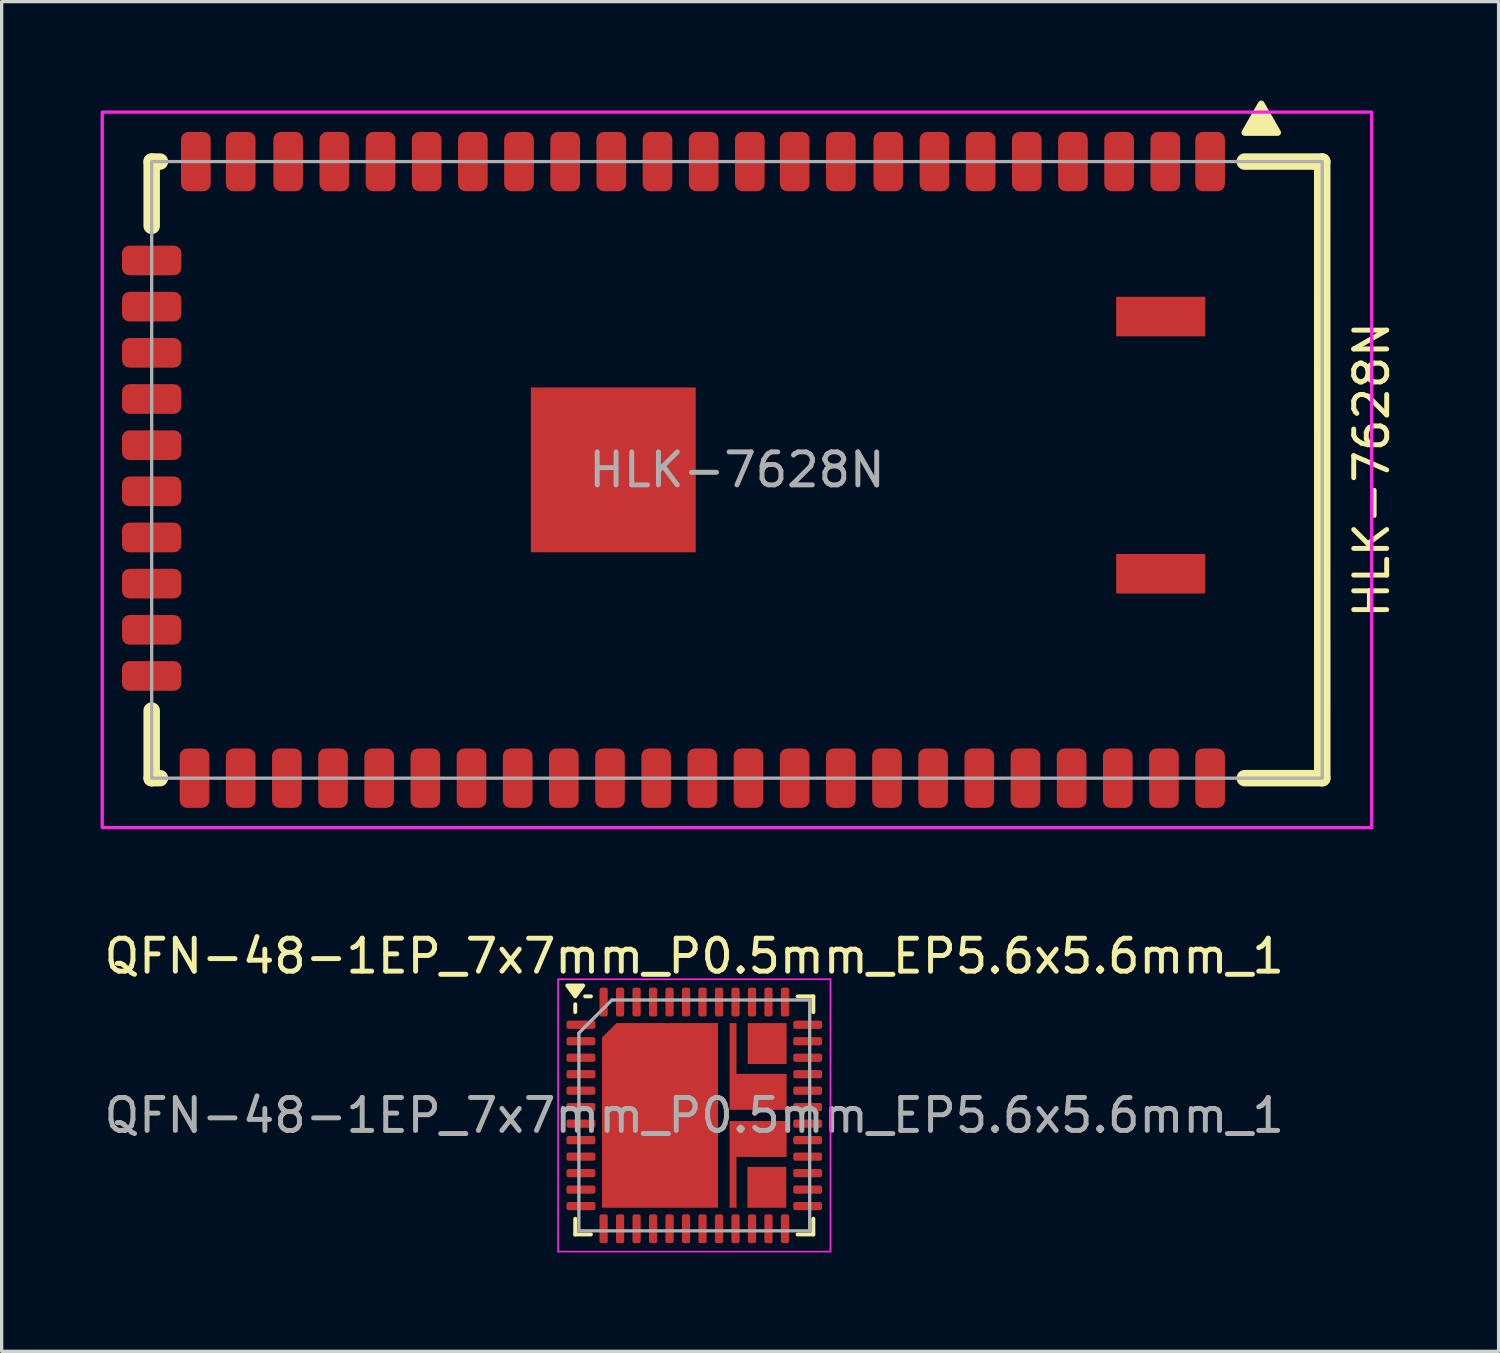
<source format=kicad_pcb>
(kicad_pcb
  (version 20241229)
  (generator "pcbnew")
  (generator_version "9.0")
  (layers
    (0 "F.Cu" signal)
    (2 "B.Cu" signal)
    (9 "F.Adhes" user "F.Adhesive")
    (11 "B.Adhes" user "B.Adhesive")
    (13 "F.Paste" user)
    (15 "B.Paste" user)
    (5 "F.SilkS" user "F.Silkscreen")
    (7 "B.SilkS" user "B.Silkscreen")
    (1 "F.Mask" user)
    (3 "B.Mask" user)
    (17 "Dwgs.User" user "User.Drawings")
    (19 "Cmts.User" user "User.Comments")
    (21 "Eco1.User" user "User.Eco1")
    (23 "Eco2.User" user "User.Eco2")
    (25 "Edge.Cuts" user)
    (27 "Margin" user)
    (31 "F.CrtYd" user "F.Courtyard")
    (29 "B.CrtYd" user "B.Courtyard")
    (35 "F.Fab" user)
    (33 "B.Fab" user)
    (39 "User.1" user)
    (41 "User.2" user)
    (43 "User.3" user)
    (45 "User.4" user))
  (footprint "HLK-7628N"
    (layer "F.Cu")
    (at 19.3 11.2)
    (property "Reference" "HLK-7628N" (at 19.25 0 90) (unlocked yes) (layer "F.SilkS") (effects (font (size 1 1) (thickness 0.15))))
    (attr smd)
    (fp_line (start -17.75 -9.35) (end -17.75 -7.4) (stroke (width 0.5) (type default)) (layer "F.SilkS"))
    (fp_line (start -17.75 -9.35) (end -17.5 -9.35) (stroke (width 0.5) (type default)) (layer "F.SilkS"))
    (fp_line (start -17.75 7.3) (end -17.75 9.35) (stroke (width 0.5) (type default)) (layer "F.SilkS"))
    (fp_line (start -17.75 9.35) (end -17.5 9.35) (stroke (width 0.5) (type default)) (layer "F.SilkS"))
    (fp_line (start 17.75 -9.35) (end 15.4 -9.35) (stroke (width 0.5) (type default)) (layer "F.SilkS"))
    (fp_line (start 17.75 -9.35) (end 17.751 9.351) (stroke (width 0.5) (type default)) (layer "F.SilkS"))
    (fp_line (start 17.75 9.35) (end 15.4 9.35) (stroke (width 0.5) (type default)) (layer "F.SilkS"))
    (fp_poly (pts (xy 15.4 -10.23) (xy 15.9 -11.1) (xy 16.4 -10.23)) (stroke (width 0.2) (type solid)) (fill yes) (layer "F.SilkS"))
    (fp_rect (start -19.25 -10.85) (end 19.25 10.85) (stroke (width 0.1) (type default)) (fill no) (layer "F.CrtYd"))
    (fp_rect (start -17.75 -9.35) (end 17.75 9.35) (stroke (width 0.1) (type default)) (fill no) (layer "F.Fab"))
    (fp_text user "${REFERENCE}" (at 0 0 0) (unlocked yes) (layer "F.Fab") (effects (font (size 1 1) (thickness 0.15))))
    (pad "" smd rect (at -3.75 0) (size 5 5) (layers "F.Cu" "F.Mask" "F.Paste"))
    (pad "" smd rect (at 12.85 -4.65) (size 2.7 1.2) (layers "F.Cu" "F.Mask" "F.Paste"))
    (pad "" smd rect (at 12.85 3.15) (size 2.7 1.2) (layers "F.Cu" "F.Mask" "F.Paste"))
    (pad "1" smd roundrect (at 14.35 -9.35) (size 0.9 1.8) (layers "F.Cu" "F.Mask" "F.Paste") (roundrect_rratio 0.25))
    (pad "2" smd roundrect (at 12.99 -9.35) (size 0.9 1.8) (layers "F.Cu" "F.Mask" "F.Paste") (roundrect_rratio 0.25))
    (pad "3" smd roundrect (at 11.59 -9.35) (size 0.9 1.8) (layers "F.Cu" "F.Mask" "F.Paste") (roundrect_rratio 0.25))
    (pad "4" smd roundrect (at 10.19 -9.35) (size 0.9 1.8) (layers "F.Cu" "F.Mask" "F.Paste") (roundrect_rratio 0.25))
    (pad "5" smd roundrect (at 8.79 -9.35) (size 0.9 1.8) (layers "F.Cu" "F.Mask" "F.Paste") (roundrect_rratio 0.25))
    (pad "6" smd roundrect (at 7.39 -9.35) (size 0.9 1.8) (layers "F.Cu" "F.Mask" "F.Paste") (roundrect_rratio 0.25))
    (pad "7" smd roundrect (at 5.99 -9.35) (size 0.9 1.8) (layers "F.Cu" "F.Mask" "F.Paste") (roundrect_rratio 0.25))
    (pad "8" smd roundrect (at 4.59 -9.35) (size 0.9 1.8) (layers "F.Cu" "F.Mask" "F.Paste") (roundrect_rratio 0.25))
    (pad "9" smd roundrect (at 3.15 -9.35) (size 0.9 1.8) (layers "F.Cu" "F.Mask" "F.Paste") (roundrect_rratio 0.25))
    (pad "10" smd roundrect (at 1.75 -9.35) (size 0.9 1.8) (layers "F.Cu" "F.Mask" "F.Paste") (roundrect_rratio 0.25))
    (pad "11" smd roundrect (at 0.39 -9.35) (size 0.9 1.8) (layers "F.Cu" "F.Mask" "F.Paste") (roundrect_rratio 0.25))
    (pad "12" smd roundrect (at -1.01 -9.35) (size 0.9 1.8) (layers "F.Cu" "F.Mask" "F.Paste") (roundrect_rratio 0.25))
    (pad "13" smd roundrect (at -2.41 -9.35) (size 0.9 1.8) (layers "F.Cu" "F.Mask" "F.Paste") (roundrect_rratio 0.25))
    (pad "14" smd roundrect (at -3.81 -9.35) (size 0.9 1.8) (layers "F.Cu" "F.Mask" "F.Paste") (roundrect_rratio 0.25))
    (pad "15" smd roundrect (at -5.21 -9.35) (size 0.9 1.8) (layers "F.Cu" "F.Mask" "F.Paste") (roundrect_rratio 0.25))
    (pad "16" smd roundrect (at -6.61 -9.35) (size 0.9 1.8) (layers "F.Cu" "F.Mask" "F.Paste") (roundrect_rratio 0.25))
    (pad "17" smd roundrect (at -8.01 -9.35) (size 0.9 1.8) (layers "F.Cu" "F.Mask" "F.Paste") (roundrect_rratio 0.25))
    (pad "18" smd roundrect (at -9.41 -9.35) (size 0.9 1.8) (layers "F.Cu" "F.Mask" "F.Paste") (roundrect_rratio 0.25))
    (pad "19" smd roundrect (at -10.81 -9.35) (size 0.9 1.8) (layers "F.Cu" "F.Mask" "F.Paste") (roundrect_rratio 0.25))
    (pad "20" smd roundrect (at -12.21 -9.35) (size 0.9 1.8) (layers "F.Cu" "F.Mask" "F.Paste") (roundrect_rratio 0.25))
    (pad "21" smd roundrect (at -13.61 -9.35) (size 0.9 1.8) (layers "F.Cu" "F.Mask" "F.Paste") (roundrect_rratio 0.25))
    (pad "22" smd roundrect (at -15.05 -9.35) (size 0.9 1.8) (layers "F.Cu" "F.Mask" "F.Paste") (roundrect_rratio 0.25))
    (pad "23" smd roundrect (at -16.41 -9.35) (size 0.9 1.8) (layers "F.Cu" "F.Mask" "F.Paste") (roundrect_rratio 0.25))
    (pad "24" smd roundrect (at -17.75 -6.35 90) (size 0.9 1.8) (layers "F.Cu" "F.Mask" "F.Paste") (roundrect_rratio 0.25))
    (pad "25" smd roundrect (at -17.75 -4.95 90) (size 0.9 1.8) (layers "F.Cu" "F.Mask" "F.Paste") (roundrect_rratio 0.25))
    (pad "26" smd roundrect (at -17.75 -3.55 90) (size 0.9 1.8) (layers "F.Cu" "F.Mask" "F.Paste") (roundrect_rratio 0.25))
    (pad "27" smd roundrect (at -17.75 -2.15 90) (size 0.9 1.8) (layers "F.Cu" "F.Mask" "F.Paste") (roundrect_rratio 0.25))
    (pad "28" smd roundrect (at -17.75 -0.75 90) (size 0.9 1.8) (layers "F.Cu" "F.Mask" "F.Paste") (roundrect_rratio 0.25))
    (pad "29" smd roundrect (at -17.75 0.65 90) (size 0.9 1.8) (layers "F.Cu" "F.Mask" "F.Paste") (roundrect_rratio 0.25))
    (pad "30" smd roundrect (at -17.75 2.05 90) (size 0.9 1.8) (layers "F.Cu" "F.Mask" "F.Paste") (roundrect_rratio 0.25))
    (pad "31" smd roundrect (at -17.75 3.45 90) (size 0.9 1.8) (layers "F.Cu" "F.Mask" "F.Paste") (roundrect_rratio 0.25))
    (pad "32" smd roundrect (at -17.75 4.85 90) (size 0.9 1.8) (layers "F.Cu" "F.Mask" "F.Paste") (roundrect_rratio 0.25))
    (pad "33" smd roundrect (at -17.75 6.25 90) (size 0.9 1.8) (layers "F.Cu" "F.Mask" "F.Paste") (roundrect_rratio 0.25))
    (pad "34" smd roundrect (at -16.45 9.35) (size 0.9 1.8) (layers "F.Cu" "F.Mask" "F.Paste") (roundrect_rratio 0.25))
    (pad "35" smd roundrect (at -15.05 9.35) (size 0.9 1.8) (layers "F.Cu" "F.Mask" "F.Paste") (roundrect_rratio 0.25))
    (pad "36" smd roundrect (at -13.65 9.35) (size 0.9 1.8) (layers "F.Cu" "F.Mask" "F.Paste") (roundrect_rratio 0.25))
    (pad "37" smd roundrect (at -12.25 9.35) (size 0.9 1.8) (layers "F.Cu" "F.Mask" "F.Paste") (roundrect_rratio 0.25))
    (pad "38" smd roundrect (at -10.85 9.35) (size 0.9 1.8) (layers "F.Cu" "F.Mask" "F.Paste") (roundrect_rratio 0.25))
    (pad "39" smd roundrect (at -9.45 9.35) (size 0.9 1.8) (layers "F.Cu" "F.Mask" "F.Paste") (roundrect_rratio 0.25))
    (pad "40" smd roundrect (at -8.05 9.35) (size 0.9 1.8) (layers "F.Cu" "F.Mask" "F.Paste") (roundrect_rratio 0.25))
    (pad "41" smd roundrect (at -6.65 9.35) (size 0.9 1.8) (layers "F.Cu" "F.Mask" "F.Paste") (roundrect_rratio 0.25))
    (pad "42" smd roundrect (at -5.25 9.35) (size 0.9 1.8) (layers "F.Cu" "F.Mask" "F.Paste") (roundrect_rratio 0.25))
    (pad "43" smd roundrect (at -3.85 9.35) (size 0.9 1.8) (layers "F.Cu" "F.Mask" "F.Paste") (roundrect_rratio 0.25))
    (pad "44" smd roundrect (at -2.45 9.35) (size 0.9 1.8) (layers "F.Cu" "F.Mask" "F.Paste") (roundrect_rratio 0.25))
    (pad "45" smd roundrect (at -1.05 9.35) (size 0.9 1.8) (layers "F.Cu" "F.Mask" "F.Paste") (roundrect_rratio 0.25))
    (pad "46" smd roundrect (at 0.35 9.35) (size 0.9 1.8) (layers "F.Cu" "F.Mask" "F.Paste") (roundrect_rratio 0.25))
    (pad "47" smd roundrect (at 1.75 9.35) (size 0.9 1.8) (layers "F.Cu" "F.Mask" "F.Paste") (roundrect_rratio 0.25))
    (pad "48" smd roundrect (at 3.15 9.35) (size 0.9 1.8) (layers "F.Cu" "F.Mask" "F.Paste") (roundrect_rratio 0.25))
    (pad "49" smd roundrect (at 4.55 9.35) (size 0.9 1.8) (layers "F.Cu" "F.Mask" "F.Paste") (roundrect_rratio 0.25))
    (pad "50" smd roundrect (at 5.95 9.35) (size 0.9 1.8) (layers "F.Cu" "F.Mask" "F.Paste") (roundrect_rratio 0.25))
    (pad "51" smd roundrect (at 7.35 9.35) (size 0.9 1.8) (layers "F.Cu" "F.Mask" "F.Paste") (roundrect_rratio 0.25))
    (pad "52" smd roundrect (at 8.75 9.35) (size 0.9 1.8) (layers "F.Cu" "F.Mask" "F.Paste") (roundrect_rratio 0.25))
    (pad "53" smd roundrect (at 10.15 9.35) (size 0.9 1.8) (layers "F.Cu" "F.Mask" "F.Paste") (roundrect_rratio 0.25))
    (pad "54" smd roundrect (at 11.55 9.35) (size 0.9 1.8) (layers "F.Cu" "F.Mask" "F.Paste") (roundrect_rratio 0.25))
    (pad "55" smd roundrect (at 12.95 9.35) (size 0.9 1.8) (layers "F.Cu" "F.Mask" "F.Paste") (roundrect_rratio 0.25))
    (pad "56" smd roundrect (at 14.35 9.35) (size 0.9 1.8) (layers "F.Cu" "F.Mask" "F.Paste") (roundrect_rratio 0.25)))
  (footprint "QFN-48-1EP_7x7mm_P0.5mm_EP5.6x5.6mm_1"
    (layer "F.Cu")
    (at 18.006 30.778)
    (property "Reference" "QFN-48-1EP_7x7mm_P0.5mm_EP5.6x5.6mm_1" (at 0 -4.83 0) (layer "F.SilkS") (effects (font (size 1 1) (thickness 0.15))))
    (attr smd)
    (fp_line (start -3.61 -3.135) (end -3.61 -3.37) (stroke (width 0.12) (type solid)) (layer "F.SilkS"))
    (fp_line (start -3.61 3.61) (end -3.61 3.135) (stroke (width 0.12) (type solid)) (layer "F.SilkS"))
    (fp_line (start -3.135 -3.61) (end -3.31 -3.61) (stroke (width 0.12) (type solid)) (layer "F.SilkS"))
    (fp_line (start -3.135 3.61) (end -3.61 3.61) (stroke (width 0.12) (type solid)) (layer "F.SilkS"))
    (fp_line (start 3.135 -3.61) (end 3.61 -3.61) (stroke (width 0.12) (type solid)) (layer "F.SilkS"))
    (fp_line (start 3.135 3.61) (end 3.61 3.61) (stroke (width 0.12) (type solid)) (layer "F.SilkS"))
    (fp_line (start 3.61 -3.61) (end 3.61 -3.135) (stroke (width 0.12) (type solid)) (layer "F.SilkS"))
    (fp_line (start 3.61 3.61) (end 3.61 3.135) (stroke (width 0.12) (type solid)) (layer "F.SilkS"))
    (fp_poly (pts (xy -3.61 -3.61) (xy -3.85 -3.94) (xy -3.37 -3.94) (xy -3.61 -3.61)) (stroke (width 0.12) (type solid)) (fill yes) (layer "F.SilkS"))
    (fp_line (start -4.13 -4.13) (end -4.13 4.13) (stroke (width 0.05) (type solid)) (layer "F.CrtYd"))
    (fp_line (start -4.13 4.13) (end 4.13 4.13) (stroke (width 0.05) (type solid)) (layer "F.CrtYd"))
    (fp_line (start 4.13 -4.13) (end -4.13 -4.13) (stroke (width 0.05) (type solid)) (layer "F.CrtYd"))
    (fp_line (start 4.13 4.13) (end 4.13 -4.13) (stroke (width 0.05) (type solid)) (layer "F.CrtYd"))
    (fp_line (start -3.5 -2.5) (end -2.5 -3.5) (stroke (width 0.1) (type solid)) (layer "F.Fab"))
    (fp_line (start -3.5 3.5) (end -3.5 -2.5) (stroke (width 0.1) (type solid)) (layer "F.Fab"))
    (fp_line (start -2.5 -3.5) (end 3.5 -3.5) (stroke (width 0.1) (type solid)) (layer "F.Fab"))
    (fp_line (start 3.5 -3.5) (end 3.5 3.5) (stroke (width 0.1) (type solid)) (layer "F.Fab"))
    (fp_line (start 3.5 3.5) (end -3.5 3.5) (stroke (width 0.1) (type solid)) (layer "F.Fab"))
    (fp_text user "${REFERENCE}" (at 0 0 0) (layer "F.Fab") (effects (font (size 1 1) (thickness 0.15))))
    (pad "" smd roundrect (at -1.04 0) (size 3.52 5.6) (property pad_prop_heatsink) (layers "F.Cu" "F.Mask" "F.Paste") (roundrect_rratio 0) (chamfer_ratio 0.125) (chamfer top_left))
    (pad "" smd custom (at 1.75 -0.5) (size 0.84 0.5) (property pad_prop_heatsink) (layers "F.Cu" "F.Mask" "F.Paste") (options (anchor rect)) (primitives (gr_poly (pts (xy -0.68 -2.3) (xy -0.47 -2.3) (xy -0.47 -0.76) (xy 1.05 -0.76) (xy 1.05 0.33) (xy -0.68 0.33)) (width 0) (fill yes))))
    (pad "" smd custom (at 1.75 0.5) (size 0.84 0.5) (property pad_prop_heatsink) (layers "F.Cu" "F.Mask" "F.Paste") (options (anchor rect)) (primitives (gr_poly (pts (xy -0.68 2.3) (xy -0.47 2.3) (xy -0.47 0.76) (xy 1.05 0.76) (xy 1.05 -0.33) (xy -0.68 -0.33)) (width 0) (fill yes))))
    (pad "" smd rect (at 2.2 2.18) (size 1.18 1.24) (property pad_prop_heatsink) (layers "F.Cu" "F.Mask" "F.Paste"))
    (pad "" smd rect (at 2.21 -2.18) (size 1.18 1.24) (property pad_prop_heatsink) (layers "F.Cu" "F.Mask" "F.Paste"))
    (pad "1" smd roundrect (at -3.438 -2.75) (size 0.875 0.25) (layers "F.Cu" "F.Mask" "F.Paste") (roundrect_rratio 0.25))
    (pad "2" smd roundrect (at -3.438 -2.25) (size 0.875 0.25) (layers "F.Cu" "F.Mask" "F.Paste") (roundrect_rratio 0.25))
    (pad "3" smd roundrect (at -3.438 -1.75) (size 0.875 0.25) (layers "F.Cu" "F.Mask" "F.Paste") (roundrect_rratio 0.25))
    (pad "4" smd roundrect (at -3.438 -1.25) (size 0.875 0.25) (layers "F.Cu" "F.Mask" "F.Paste") (roundrect_rratio 0.25))
    (pad "5" smd roundrect (at -3.438 -0.75) (size 0.875 0.25) (layers "F.Cu" "F.Mask" "F.Paste") (roundrect_rratio 0.25))
    (pad "6" smd roundrect (at -3.438 -0.25) (size 0.875 0.25) (layers "F.Cu" "F.Mask" "F.Paste") (roundrect_rratio 0.25))
    (pad "7" smd roundrect (at -3.438 0.25) (size 0.875 0.25) (layers "F.Cu" "F.Mask" "F.Paste") (roundrect_rratio 0.25))
    (pad "8" smd roundrect (at -3.438 0.75) (size 0.875 0.25) (layers "F.Cu" "F.Mask" "F.Paste") (roundrect_rratio 0.25))
    (pad "9" smd roundrect (at -3.438 1.25) (size 0.875 0.25) (layers "F.Cu" "F.Mask" "F.Paste") (roundrect_rratio 0.25))
    (pad "10" smd roundrect (at -3.438 1.75) (size 0.875 0.25) (layers "F.Cu" "F.Mask" "F.Paste") (roundrect_rratio 0.25))
    (pad "11" smd roundrect (at -3.438 2.25) (size 0.875 0.25) (layers "F.Cu" "F.Mask" "F.Paste") (roundrect_rratio 0.25))
    (pad "12" smd roundrect (at -3.438 2.75) (size 0.875 0.25) (layers "F.Cu" "F.Mask" "F.Paste") (roundrect_rratio 0.25))
    (pad "13" smd roundrect (at -2.75 3.438) (size 0.25 0.875) (layers "F.Cu" "F.Mask" "F.Paste") (roundrect_rratio 0.25))
    (pad "14" smd roundrect (at -2.25 3.438) (size 0.25 0.875) (layers "F.Cu" "F.Mask" "F.Paste") (roundrect_rratio 0.25))
    (pad "15" smd roundrect (at -1.75 3.438) (size 0.25 0.875) (layers "F.Cu" "F.Mask" "F.Paste") (roundrect_rratio 0.25))
    (pad "16" smd roundrect (at -1.25 3.438) (size 0.25 0.875) (layers "F.Cu" "F.Mask" "F.Paste") (roundrect_rratio 0.25))
    (pad "17" smd roundrect (at -0.75 3.438) (size 0.25 0.875) (layers "F.Cu" "F.Mask" "F.Paste") (roundrect_rratio 0.25))
    (pad "18" smd roundrect (at -0.25 3.438) (size 0.25 0.875) (layers "F.Cu" "F.Mask" "F.Paste") (roundrect_rratio 0.25))
    (pad "19" smd roundrect (at 0.25 3.438) (size 0.25 0.875) (layers "F.Cu" "F.Mask" "F.Paste") (roundrect_rratio 0.25))
    (pad "20" smd roundrect (at 0.75 3.438) (size 0.25 0.875) (layers "F.Cu" "F.Mask" "F.Paste") (roundrect_rratio 0.25))
    (pad "21" smd roundrect (at 1.25 3.438) (size 0.25 0.875) (layers "F.Cu" "F.Mask" "F.Paste") (roundrect_rratio 0.25))
    (pad "22" smd roundrect (at 1.75 3.438) (size 0.25 0.875) (layers "F.Cu" "F.Mask" "F.Paste") (roundrect_rratio 0.25))
    (pad "23" smd roundrect (at 2.25 3.438) (size 0.25 0.875) (layers "F.Cu" "F.Mask" "F.Paste") (roundrect_rratio 0.25))
    (pad "24" smd roundrect (at 2.75 3.438) (size 0.25 0.875) (layers "F.Cu" "F.Mask" "F.Paste") (roundrect_rratio 0.25))
    (pad "25" smd roundrect (at 3.438 2.75) (size 0.875 0.25) (layers "F.Cu" "F.Mask" "F.Paste") (roundrect_rratio 0.25))
    (pad "26" smd roundrect (at 3.438 2.25) (size 0.875 0.25) (layers "F.Cu" "F.Mask" "F.Paste") (roundrect_rratio 0.25))
    (pad "27" smd roundrect (at 3.438 1.75) (size 0.875 0.25) (layers "F.Cu" "F.Mask" "F.Paste") (roundrect_rratio 0.25))
    (pad "28" smd roundrect (at 3.438 1.25) (size 0.875 0.25) (layers "F.Cu" "F.Mask" "F.Paste") (roundrect_rratio 0.25))
    (pad "29" smd roundrect (at 3.438 0.75) (size 0.875 0.25) (layers "F.Cu" "F.Mask" "F.Paste") (roundrect_rratio 0.25))
    (pad "30" smd roundrect (at 3.438 0.25) (size 0.875 0.25) (layers "F.Cu" "F.Mask" "F.Paste") (roundrect_rratio 0.25))
    (pad "31" smd roundrect (at 3.438 -0.25) (size 0.875 0.25) (layers "F.Cu" "F.Mask" "F.Paste") (roundrect_rratio 0.25))
    (pad "32" smd roundrect (at 3.438 -0.75) (size 0.875 0.25) (layers "F.Cu" "F.Mask" "F.Paste") (roundrect_rratio 0.25))
    (pad "33" smd roundrect (at 3.438 -1.25) (size 0.875 0.25) (layers "F.Cu" "F.Mask" "F.Paste") (roundrect_rratio 0.25))
    (pad "34" smd roundrect (at 3.438 -1.75) (size 0.875 0.25) (layers "F.Cu" "F.Mask" "F.Paste") (roundrect_rratio 0.25))
    (pad "35" smd roundrect (at 3.438 -2.25) (size 0.875 0.25) (layers "F.Cu" "F.Mask" "F.Paste") (roundrect_rratio 0.25))
    (pad "36" smd roundrect (at 3.438 -2.75) (size 0.875 0.25) (layers "F.Cu" "F.Mask" "F.Paste") (roundrect_rratio 0.25))
    (pad "37" smd roundrect (at 2.75 -3.438) (size 0.25 0.875) (layers "F.Cu" "F.Mask" "F.Paste") (roundrect_rratio 0.25))
    (pad "38" smd roundrect (at 2.25 -3.438) (size 0.25 0.875) (layers "F.Cu" "F.Mask" "F.Paste") (roundrect_rratio 0.25))
    (pad "39" smd roundrect (at 1.75 -3.438) (size 0.25 0.875) (layers "F.Cu" "F.Mask" "F.Paste") (roundrect_rratio 0.25))
    (pad "40" smd roundrect (at 1.25 -3.438) (size 0.25 0.875) (layers "F.Cu" "F.Mask" "F.Paste") (roundrect_rratio 0.25))
    (pad "41" smd roundrect (at 0.75 -3.438) (size 0.25 0.875) (layers "F.Cu" "F.Mask" "F.Paste") (roundrect_rratio 0.25))
    (pad "42" smd roundrect (at 0.25 -3.438) (size 0.25 0.875) (layers "F.Cu" "F.Mask" "F.Paste") (roundrect_rratio 0.25))
    (pad "43" smd roundrect (at -0.25 -3.438) (size 0.25 0.875) (layers "F.Cu" "F.Mask" "F.Paste") (roundrect_rratio 0.25))
    (pad "44" smd roundrect (at -0.75 -3.438) (size 0.25 0.875) (layers "F.Cu" "F.Mask" "F.Paste") (roundrect_rratio 0.25))
    (pad "45" smd roundrect (at -1.25 -3.438) (size 0.25 0.875) (layers "F.Cu" "F.Mask" "F.Paste") (roundrect_rratio 0.25))
    (pad "46" smd roundrect (at -1.75 -3.438) (size 0.25 0.875) (layers "F.Cu" "F.Mask" "F.Paste") (roundrect_rratio 0.25))
    (pad "47" smd roundrect (at -2.25 -3.438) (size 0.25 0.875) (layers "F.Cu" "F.Mask" "F.Paste") (roundrect_rratio 0.25))
    (pad "48" smd roundrect (at -2.75 -3.438) (size 0.25 0.875) (layers "F.Cu" "F.Mask" "F.Paste") (roundrect_rratio 0.25)))
  (gr_rect
    (start -3 -3)
    (end 42.398 37.933)
    (stroke (width 0.1) (type default))
    (fill no)
    (layer "Edge.Cuts")))
</source>
